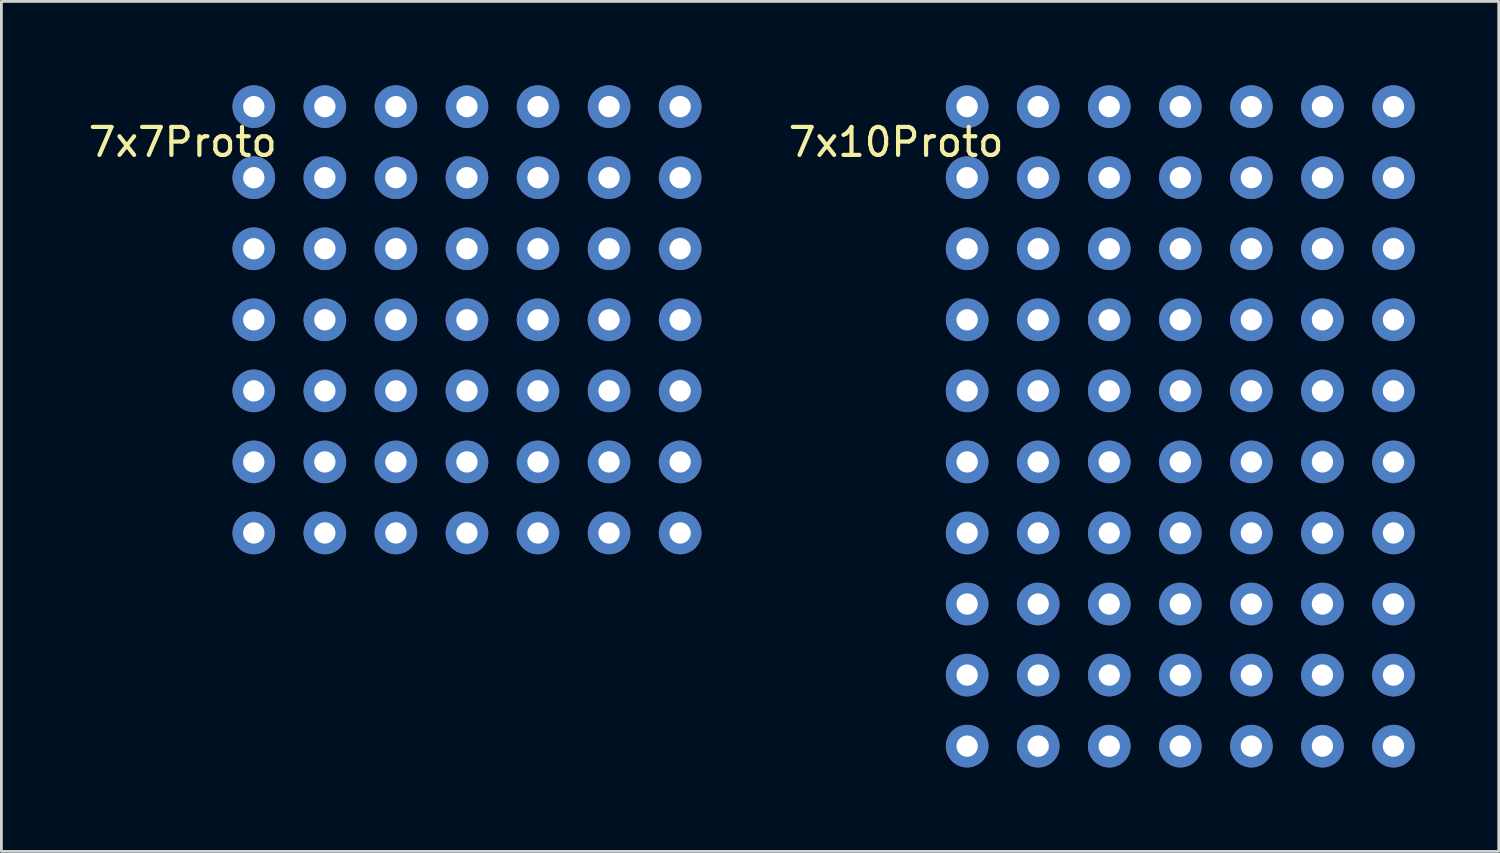
<source format=kicad_pcb>
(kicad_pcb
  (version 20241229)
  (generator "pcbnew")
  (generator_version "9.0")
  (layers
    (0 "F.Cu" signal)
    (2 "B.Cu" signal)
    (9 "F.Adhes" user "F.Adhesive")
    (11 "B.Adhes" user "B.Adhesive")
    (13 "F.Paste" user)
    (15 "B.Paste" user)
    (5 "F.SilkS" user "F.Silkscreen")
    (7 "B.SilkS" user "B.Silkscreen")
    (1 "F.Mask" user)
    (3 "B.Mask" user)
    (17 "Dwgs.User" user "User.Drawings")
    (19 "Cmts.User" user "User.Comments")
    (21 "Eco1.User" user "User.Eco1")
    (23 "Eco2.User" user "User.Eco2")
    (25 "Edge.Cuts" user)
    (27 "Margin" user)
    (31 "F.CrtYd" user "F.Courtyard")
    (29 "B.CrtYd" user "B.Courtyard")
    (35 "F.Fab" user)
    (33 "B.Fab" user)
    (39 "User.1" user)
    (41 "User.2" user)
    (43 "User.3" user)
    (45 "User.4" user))
  (footprint "7x10Proto"
    (layer "F.Cu")
    (at 31.522 0.762)
    (property "Reference" "7x10Proto" (at -2.54 1.27 0) (layer "F.SilkS") (effects (font (size 1 1) (thickness 0.15))))
    (attr through_hole)
    (pad "1" thru_hole circle (at 0 0) (size 1.524 1.524) (drill 0.762) (layers "*.Cu" "*.Mask"))
    (pad "2" thru_hole circle (at 2.54 0) (size 1.524 1.524) (drill 0.762) (layers "*.Cu" "*.Mask"))
    (pad "3" thru_hole circle (at 5.08 0) (size 1.524 1.524) (drill 0.762) (layers "*.Cu" "*.Mask"))
    (pad "4" thru_hole circle (at 7.62 0) (size 1.524 1.524) (drill 0.762) (layers "*.Cu" "*.Mask"))
    (pad "5" thru_hole circle (at 10.16 0) (size 1.524 1.524) (drill 0.762) (layers "*.Cu" "*.Mask"))
    (pad "6" thru_hole circle (at 12.7 0) (size 1.524 1.524) (drill 0.762) (layers "*.Cu" "*.Mask"))
    (pad "7" thru_hole circle (at 15.24 0) (size 1.524 1.524) (drill 0.762) (layers "*.Cu" "*.Mask"))
    (pad "8" thru_hole circle (at 0 2.54) (size 1.524 1.524) (drill 0.762) (layers "*.Cu" "*.Mask"))
    (pad "9" thru_hole circle (at 2.54 2.54) (size 1.524 1.524) (drill 0.762) (layers "*.Cu" "*.Mask"))
    (pad "10" thru_hole circle (at 5.08 2.54) (size 1.524 1.524) (drill 0.762) (layers "*.Cu" "*.Mask"))
    (pad "11" thru_hole circle (at 7.62 2.54) (size 1.524 1.524) (drill 0.762) (layers "*.Cu" "*.Mask"))
    (pad "12" thru_hole circle (at 10.16 2.54) (size 1.524 1.524) (drill 0.762) (layers "*.Cu" "*.Mask"))
    (pad "13" thru_hole circle (at 12.7 2.54) (size 1.524 1.524) (drill 0.762) (layers "*.Cu" "*.Mask"))
    (pad "14" thru_hole circle (at 15.24 2.54) (size 1.524 1.524) (drill 0.762) (layers "*.Cu" "*.Mask"))
    (pad "15" thru_hole circle (at 0 5.08) (size 1.524 1.524) (drill 0.762) (layers "*.Cu" "*.Mask"))
    (pad "16" thru_hole circle (at 2.54 5.08) (size 1.524 1.524) (drill 0.762) (layers "*.Cu" "*.Mask"))
    (pad "17" thru_hole circle (at 5.08 5.08) (size 1.524 1.524) (drill 0.762) (layers "*.Cu" "*.Mask"))
    (pad "18" thru_hole circle (at 7.62 5.08) (size 1.524 1.524) (drill 0.762) (layers "*.Cu" "*.Mask"))
    (pad "19" thru_hole circle (at 10.16 5.08) (size 1.524 1.524) (drill 0.762) (layers "*.Cu" "*.Mask"))
    (pad "20" thru_hole circle (at 12.7 5.08) (size 1.524 1.524) (drill 0.762) (layers "*.Cu" "*.Mask"))
    (pad "21" thru_hole circle (at 15.24 5.08) (size 1.524 1.524) (drill 0.762) (layers "*.Cu" "*.Mask"))
    (pad "22" thru_hole circle (at 0 7.62) (size 1.524 1.524) (drill 0.762) (layers "*.Cu" "*.Mask"))
    (pad "23" thru_hole circle (at 2.54 7.62) (size 1.524 1.524) (drill 0.762) (layers "*.Cu" "*.Mask"))
    (pad "24" thru_hole circle (at 5.08 7.62) (size 1.524 1.524) (drill 0.762) (layers "*.Cu" "*.Mask"))
    (pad "25" thru_hole circle (at 7.62 7.62) (size 1.524 1.524) (drill 0.762) (layers "*.Cu" "*.Mask"))
    (pad "26" thru_hole circle (at 10.16 7.62) (size 1.524 1.524) (drill 0.762) (layers "*.Cu" "*.Mask"))
    (pad "27" thru_hole circle (at 12.7 7.62) (size 1.524 1.524) (drill 0.762) (layers "*.Cu" "*.Mask"))
    (pad "28" thru_hole circle (at 15.24 7.62) (size 1.524 1.524) (drill 0.762) (layers "*.Cu" "*.Mask"))
    (pad "29" thru_hole circle (at 0 10.16) (size 1.524 1.524) (drill 0.762) (layers "*.Cu" "*.Mask"))
    (pad "30" thru_hole circle (at 2.54 10.16) (size 1.524 1.524) (drill 0.762) (layers "*.Cu" "*.Mask"))
    (pad "31" thru_hole circle (at 5.08 10.16) (size 1.524 1.524) (drill 0.762) (layers "*.Cu" "*.Mask"))
    (pad "32" thru_hole circle (at 7.62 10.16) (size 1.524 1.524) (drill 0.762) (layers "*.Cu" "*.Mask"))
    (pad "33" thru_hole circle (at 10.16 10.16) (size 1.524 1.524) (drill 0.762) (layers "*.Cu" "*.Mask"))
    (pad "34" thru_hole circle (at 12.7 10.16) (size 1.524 1.524) (drill 0.762) (layers "*.Cu" "*.Mask"))
    (pad "35" thru_hole circle (at 15.24 10.16) (size 1.524 1.524) (drill 0.762) (layers "*.Cu" "*.Mask"))
    (pad "36" thru_hole circle (at 0 12.7) (size 1.524 1.524) (drill 0.762) (layers "*.Cu" "*.Mask"))
    (pad "37" thru_hole circle (at 2.54 12.7) (size 1.524 1.524) (drill 0.762) (layers "*.Cu" "*.Mask"))
    (pad "38" thru_hole circle (at 5.08 12.7) (size 1.524 1.524) (drill 0.762) (layers "*.Cu" "*.Mask"))
    (pad "39" thru_hole circle (at 7.62 12.7) (size 1.524 1.524) (drill 0.762) (layers "*.Cu" "*.Mask"))
    (pad "40" thru_hole circle (at 10.16 12.7) (size 1.524 1.524) (drill 0.762) (layers "*.Cu" "*.Mask"))
    (pad "41" thru_hole circle (at 12.7 12.7) (size 1.524 1.524) (drill 0.762) (layers "*.Cu" "*.Mask"))
    (pad "42" thru_hole circle (at 15.24 12.7) (size 1.524 1.524) (drill 0.762) (layers "*.Cu" "*.Mask"))
    (pad "43" thru_hole circle (at 0 15.24) (size 1.524 1.524) (drill 0.762) (layers "*.Cu" "*.Mask"))
    (pad "44" thru_hole circle (at 2.54 15.24) (size 1.524 1.524) (drill 0.762) (layers "*.Cu" "*.Mask"))
    (pad "45" thru_hole circle (at 5.08 15.24) (size 1.524 1.524) (drill 0.762) (layers "*.Cu" "*.Mask"))
    (pad "46" thru_hole circle (at 7.62 15.24) (size 1.524 1.524) (drill 0.762) (layers "*.Cu" "*.Mask"))
    (pad "47" thru_hole circle (at 10.16 15.24) (size 1.524 1.524) (drill 0.762) (layers "*.Cu" "*.Mask"))
    (pad "48" thru_hole circle (at 12.7 15.24) (size 1.524 1.524) (drill 0.762) (layers "*.Cu" "*.Mask"))
    (pad "49" thru_hole circle (at 15.24 15.24) (size 1.524 1.524) (drill 0.762) (layers "*.Cu" "*.Mask"))
    (pad "50" thru_hole circle (at 0 17.78) (size 1.524 1.524) (drill 0.762) (layers "*.Cu" "*.Mask"))
    (pad "51" thru_hole circle (at 2.54 17.78) (size 1.524 1.524) (drill 0.762) (layers "*.Cu" "*.Mask"))
    (pad "52" thru_hole circle (at 5.08 17.78) (size 1.524 1.524) (drill 0.762) (layers "*.Cu" "*.Mask"))
    (pad "53" thru_hole circle (at 7.62 17.78) (size 1.524 1.524) (drill 0.762) (layers "*.Cu" "*.Mask"))
    (pad "54" thru_hole circle (at 10.16 17.78) (size 1.524 1.524) (drill 0.762) (layers "*.Cu" "*.Mask"))
    (pad "55" thru_hole circle (at 12.7 17.78) (size 1.524 1.524) (drill 0.762) (layers "*.Cu" "*.Mask"))
    (pad "56" thru_hole circle (at 15.24 17.78) (size 1.524 1.524) (drill 0.762) (layers "*.Cu" "*.Mask"))
    (pad "57" thru_hole circle (at 0 20.32) (size 1.524 1.524) (drill 0.762) (layers "*.Cu" "*.Mask"))
    (pad "58" thru_hole circle (at 2.54 20.32) (size 1.524 1.524) (drill 0.762) (layers "*.Cu" "*.Mask"))
    (pad "59" thru_hole circle (at 5.08 20.32) (size 1.524 1.524) (drill 0.762) (layers "*.Cu" "*.Mask"))
    (pad "60" thru_hole circle (at 7.62 20.32) (size 1.524 1.524) (drill 0.762) (layers "*.Cu" "*.Mask"))
    (pad "61" thru_hole circle (at 10.16 20.32) (size 1.524 1.524) (drill 0.762) (layers "*.Cu" "*.Mask"))
    (pad "62" thru_hole circle (at 12.7 20.32) (size 1.524 1.524) (drill 0.762) (layers "*.Cu" "*.Mask"))
    (pad "63" thru_hole circle (at 15.24 20.32) (size 1.524 1.524) (drill 0.762) (layers "*.Cu" "*.Mask"))
    (pad "64" thru_hole circle (at 0 22.86) (size 1.524 1.524) (drill 0.762) (layers "*.Cu" "*.Mask"))
    (pad "65" thru_hole circle (at 2.54 22.86) (size 1.524 1.524) (drill 0.762) (layers "*.Cu" "*.Mask"))
    (pad "66" thru_hole circle (at 5.08 22.86) (size 1.524 1.524) (drill 0.762) (layers "*.Cu" "*.Mask"))
    (pad "67" thru_hole circle (at 7.62 22.86) (size 1.524 1.524) (drill 0.762) (layers "*.Cu" "*.Mask"))
    (pad "68" thru_hole circle (at 10.16 22.86) (size 1.524 1.524) (drill 0.762) (layers "*.Cu" "*.Mask"))
    (pad "69" thru_hole circle (at 12.7 22.86) (size 1.524 1.524) (drill 0.762) (layers "*.Cu" "*.Mask"))
    (pad "70" thru_hole circle (at 15.24 22.86) (size 1.524 1.524) (drill 0.762) (layers "*.Cu" "*.Mask")))
  (footprint "7x7Proto"
    (layer "F.Cu")
    (at 6.022 0.762)
    (property "Reference" "7x7Proto" (at -2.54 1.27 0) (layer "F.SilkS") (effects (font (size 1 1) (thickness 0.15))))
    (attr through_hole)
    (pad "1" thru_hole circle (at 0 0) (size 1.524 1.524) (drill 0.762) (layers "*.Cu" "*.Mask"))
    (pad "2" thru_hole circle (at 2.54 0) (size 1.524 1.524) (drill 0.762) (layers "*.Cu" "*.Mask"))
    (pad "3" thru_hole circle (at 5.08 0) (size 1.524 1.524) (drill 0.762) (layers "*.Cu" "*.Mask"))
    (pad "4" thru_hole circle (at 7.62 0) (size 1.524 1.524) (drill 0.762) (layers "*.Cu" "*.Mask"))
    (pad "5" thru_hole circle (at 10.16 0) (size 1.524 1.524) (drill 0.762) (layers "*.Cu" "*.Mask"))
    (pad "6" thru_hole circle (at 12.7 0) (size 1.524 1.524) (drill 0.762) (layers "*.Cu" "*.Mask"))
    (pad "7" thru_hole circle (at 15.24 0) (size 1.524 1.524) (drill 0.762) (layers "*.Cu" "*.Mask"))
    (pad "8" thru_hole circle (at 0 2.54) (size 1.524 1.524) (drill 0.762) (layers "*.Cu" "*.Mask"))
    (pad "9" thru_hole circle (at 2.54 2.54) (size 1.524 1.524) (drill 0.762) (layers "*.Cu" "*.Mask"))
    (pad "10" thru_hole circle (at 5.08 2.54) (size 1.524 1.524) (drill 0.762) (layers "*.Cu" "*.Mask"))
    (pad "11" thru_hole circle (at 7.62 2.54) (size 1.524 1.524) (drill 0.762) (layers "*.Cu" "*.Mask"))
    (pad "12" thru_hole circle (at 10.16 2.54) (size 1.524 1.524) (drill 0.762) (layers "*.Cu" "*.Mask"))
    (pad "13" thru_hole circle (at 12.7 2.54) (size 1.524 1.524) (drill 0.762) (layers "*.Cu" "*.Mask"))
    (pad "14" thru_hole circle (at 15.24 2.54) (size 1.524 1.524) (drill 0.762) (layers "*.Cu" "*.Mask"))
    (pad "15" thru_hole circle (at 0 5.08) (size 1.524 1.524) (drill 0.762) (layers "*.Cu" "*.Mask"))
    (pad "16" thru_hole circle (at 2.54 5.08) (size 1.524 1.524) (drill 0.762) (layers "*.Cu" "*.Mask"))
    (pad "17" thru_hole circle (at 5.08 5.08) (size 1.524 1.524) (drill 0.762) (layers "*.Cu" "*.Mask"))
    (pad "18" thru_hole circle (at 7.62 5.08) (size 1.524 1.524) (drill 0.762) (layers "*.Cu" "*.Mask"))
    (pad "19" thru_hole circle (at 10.16 5.08) (size 1.524 1.524) (drill 0.762) (layers "*.Cu" "*.Mask"))
    (pad "20" thru_hole circle (at 12.7 5.08) (size 1.524 1.524) (drill 0.762) (layers "*.Cu" "*.Mask"))
    (pad "21" thru_hole circle (at 15.24 5.08) (size 1.524 1.524) (drill 0.762) (layers "*.Cu" "*.Mask"))
    (pad "22" thru_hole circle (at 0 7.62) (size 1.524 1.524) (drill 0.762) (layers "*.Cu" "*.Mask"))
    (pad "23" thru_hole circle (at 2.54 7.62) (size 1.524 1.524) (drill 0.762) (layers "*.Cu" "*.Mask"))
    (pad "24" thru_hole circle (at 5.08 7.62) (size 1.524 1.524) (drill 0.762) (layers "*.Cu" "*.Mask"))
    (pad "25" thru_hole circle (at 7.62 7.62) (size 1.524 1.524) (drill 0.762) (layers "*.Cu" "*.Mask"))
    (pad "26" thru_hole circle (at 10.16 7.62) (size 1.524 1.524) (drill 0.762) (layers "*.Cu" "*.Mask"))
    (pad "27" thru_hole circle (at 12.7 7.62) (size 1.524 1.524) (drill 0.762) (layers "*.Cu" "*.Mask"))
    (pad "28" thru_hole circle (at 15.24 7.62) (size 1.524 1.524) (drill 0.762) (layers "*.Cu" "*.Mask"))
    (pad "29" thru_hole circle (at 0 10.16) (size 1.524 1.524) (drill 0.762) (layers "*.Cu" "*.Mask"))
    (pad "30" thru_hole circle (at 2.54 10.16) (size 1.524 1.524) (drill 0.762) (layers "*.Cu" "*.Mask"))
    (pad "31" thru_hole circle (at 5.08 10.16) (size 1.524 1.524) (drill 0.762) (layers "*.Cu" "*.Mask"))
    (pad "32" thru_hole circle (at 7.62 10.16) (size 1.524 1.524) (drill 0.762) (layers "*.Cu" "*.Mask"))
    (pad "33" thru_hole circle (at 10.16 10.16) (size 1.524 1.524) (drill 0.762) (layers "*.Cu" "*.Mask"))
    (pad "34" thru_hole circle (at 12.7 10.16) (size 1.524 1.524) (drill 0.762) (layers "*.Cu" "*.Mask"))
    (pad "35" thru_hole circle (at 15.24 10.16) (size 1.524 1.524) (drill 0.762) (layers "*.Cu" "*.Mask"))
    (pad "36" thru_hole circle (at 0 12.7) (size 1.524 1.524) (drill 0.762) (layers "*.Cu" "*.Mask"))
    (pad "37" thru_hole circle (at 2.54 12.7) (size 1.524 1.524) (drill 0.762) (layers "*.Cu" "*.Mask"))
    (pad "38" thru_hole circle (at 5.08 12.7) (size 1.524 1.524) (drill 0.762) (layers "*.Cu" "*.Mask"))
    (pad "39" thru_hole circle (at 7.62 12.7) (size 1.524 1.524) (drill 0.762) (layers "*.Cu" "*.Mask"))
    (pad "40" thru_hole circle (at 10.16 12.7) (size 1.524 1.524) (drill 0.762) (layers "*.Cu" "*.Mask"))
    (pad "41" thru_hole circle (at 12.7 12.7) (size 1.524 1.524) (drill 0.762) (layers "*.Cu" "*.Mask"))
    (pad "42" thru_hole circle (at 15.24 12.7) (size 1.524 1.524) (drill 0.762) (layers "*.Cu" "*.Mask"))
    (pad "43" thru_hole circle (at 0 15.24) (size 1.524 1.524) (drill 0.762) (layers "*.Cu" "*.Mask"))
    (pad "44" thru_hole circle (at 2.54 15.24) (size 1.524 1.524) (drill 0.762) (layers "*.Cu" "*.Mask"))
    (pad "45" thru_hole circle (at 5.08 15.24) (size 1.524 1.524) (drill 0.762) (layers "*.Cu" "*.Mask"))
    (pad "46" thru_hole circle (at 7.62 15.24) (size 1.524 1.524) (drill 0.762) (layers "*.Cu" "*.Mask"))
    (pad "47" thru_hole circle (at 10.16 15.24) (size 1.524 1.524) (drill 0.762) (layers "*.Cu" "*.Mask"))
    (pad "48" thru_hole circle (at 12.7 15.24) (size 1.524 1.524) (drill 0.762) (layers "*.Cu" "*.Mask"))
    (pad "49" thru_hole circle (at 15.24 15.24) (size 1.524 1.524) (drill 0.762) (layers "*.Cu" "*.Mask")))
  (gr_rect
    (start -3 -3)
    (end 50.524 27.384)
    (stroke (width 0.1) (type default))
    (fill no)
    (layer "Edge.Cuts")))
</source>
